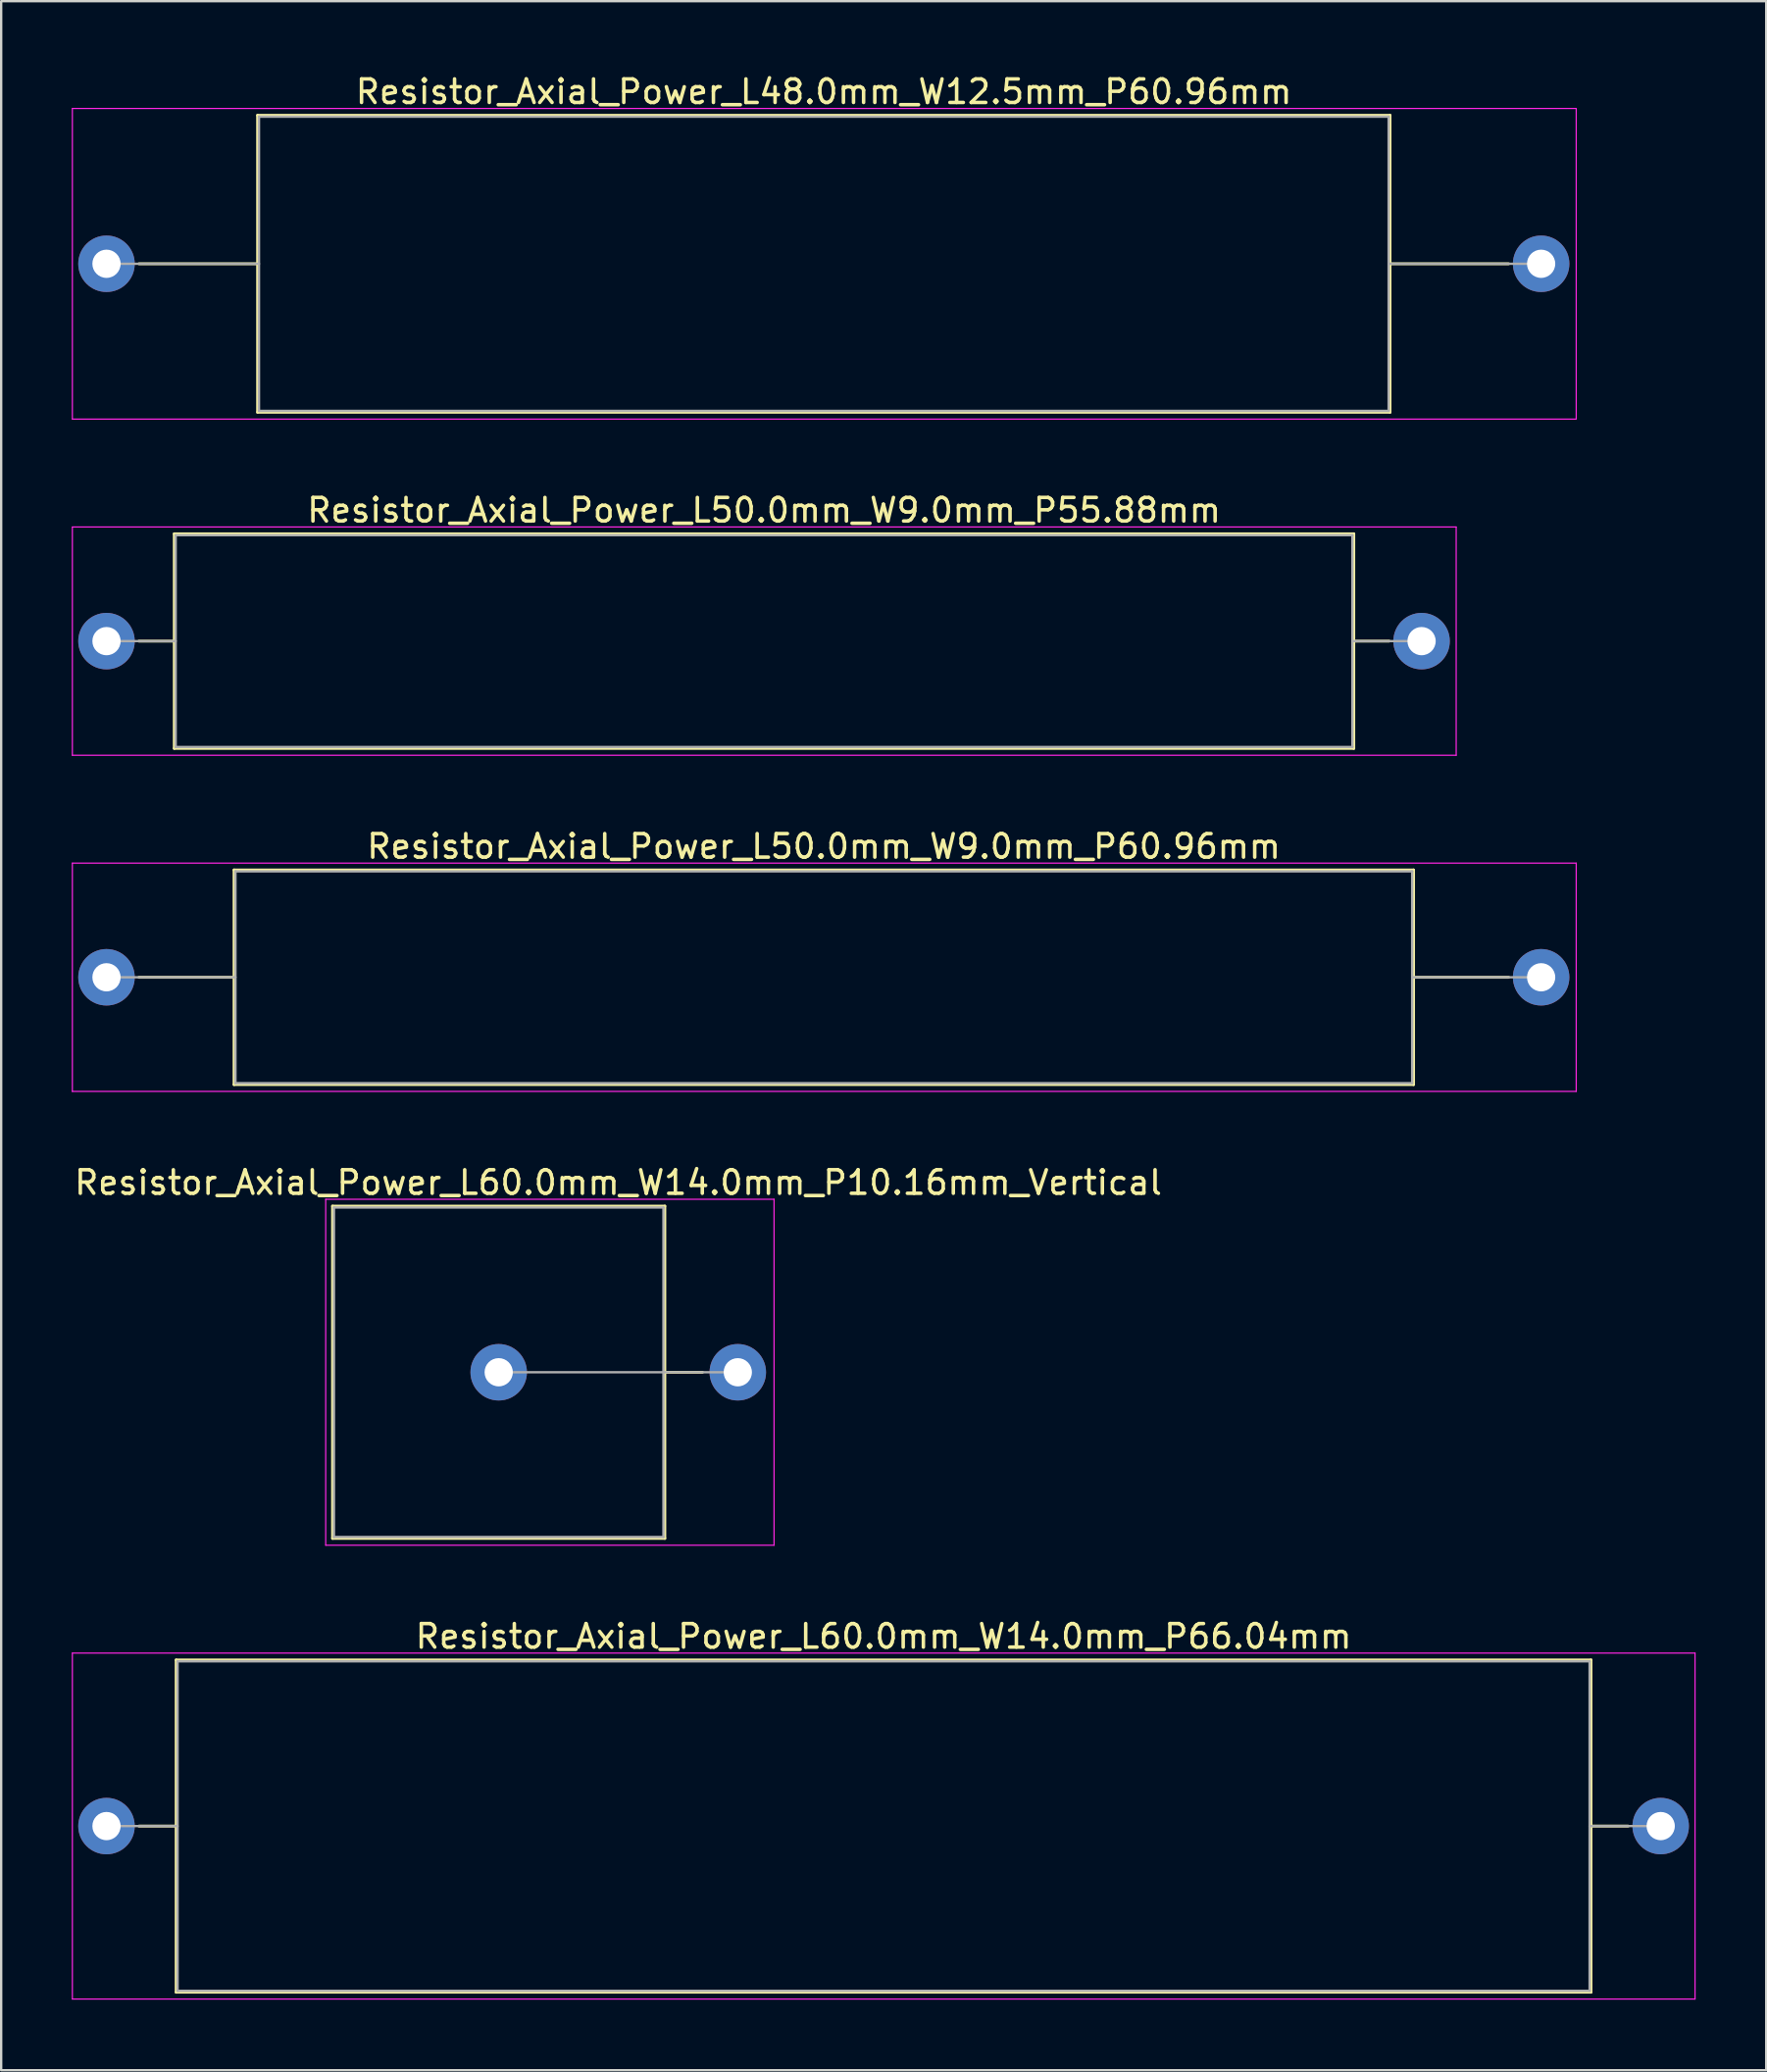
<source format=kicad_pcb>
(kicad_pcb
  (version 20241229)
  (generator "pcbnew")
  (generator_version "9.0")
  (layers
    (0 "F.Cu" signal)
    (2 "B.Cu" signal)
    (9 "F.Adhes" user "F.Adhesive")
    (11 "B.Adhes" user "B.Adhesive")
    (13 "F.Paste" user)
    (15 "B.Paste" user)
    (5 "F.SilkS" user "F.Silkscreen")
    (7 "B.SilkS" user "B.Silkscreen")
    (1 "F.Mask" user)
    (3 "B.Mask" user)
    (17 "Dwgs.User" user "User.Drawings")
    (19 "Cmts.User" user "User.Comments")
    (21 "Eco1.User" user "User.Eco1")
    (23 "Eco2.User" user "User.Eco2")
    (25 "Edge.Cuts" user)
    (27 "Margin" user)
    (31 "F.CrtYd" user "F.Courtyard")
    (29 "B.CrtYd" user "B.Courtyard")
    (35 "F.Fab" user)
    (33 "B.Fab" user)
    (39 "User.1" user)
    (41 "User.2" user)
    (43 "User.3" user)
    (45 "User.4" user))
  (footprint "Resistor_Axial_Power_L50.0mm_W9.0mm_P55.88mm"
    (layer "F.Cu")
    (at 1.475 24.192)
    (property "Reference" "Resistor_Axial_Power_L50.0mm_W9.0mm_P55.88mm" (at 27.94 -5.56 0) (layer "F.SilkS") (effects (font (size 1 1) (thickness 0.15))))
    (attr through_hole)
    (fp_line (start 1.38 0) (end 2.88 0) (stroke (width 0.12) (type solid)) (layer "F.SilkS"))
    (fp_line (start 2.88 -4.56) (end 2.88 4.56) (stroke (width 0.12) (type solid)) (layer "F.SilkS"))
    (fp_line (start 2.88 4.56) (end 53 4.56) (stroke (width 0.12) (type solid)) (layer "F.SilkS"))
    (fp_line (start 53 -4.56) (end 2.88 -4.56) (stroke (width 0.12) (type solid)) (layer "F.SilkS"))
    (fp_line (start 53 4.56) (end 53 -4.56) (stroke (width 0.12) (type solid)) (layer "F.SilkS"))
    (fp_line (start 54.5 0) (end 53 0) (stroke (width 0.12) (type solid)) (layer "F.SilkS"))
    (fp_line (start -1.45 -4.85) (end -1.45 4.85) (stroke (width 0.05) (type solid)) (layer "F.CrtYd"))
    (fp_line (start -1.45 4.85) (end 57.35 4.85) (stroke (width 0.05) (type solid)) (layer "F.CrtYd"))
    (fp_line (start 57.35 -4.85) (end -1.45 -4.85) (stroke (width 0.05) (type solid)) (layer "F.CrtYd"))
    (fp_line (start 57.35 4.85) (end 57.35 -4.85) (stroke (width 0.05) (type solid)) (layer "F.CrtYd"))
    (fp_line (start 0 0) (end 2.94 0) (stroke (width 0.1) (type solid)) (layer "F.Fab"))
    (fp_line (start 2.94 -4.5) (end 2.94 4.5) (stroke (width 0.1) (type solid)) (layer "F.Fab"))
    (fp_line (start 2.94 4.5) (end 52.94 4.5) (stroke (width 0.1) (type solid)) (layer "F.Fab"))
    (fp_line (start 52.94 -4.5) (end 2.94 -4.5) (stroke (width 0.1) (type solid)) (layer "F.Fab"))
    (fp_line (start 52.94 4.5) (end 52.94 -4.5) (stroke (width 0.1) (type solid)) (layer "F.Fab"))
    (fp_line (start 55.88 0) (end 52.94 0) (stroke (width 0.1) (type solid)) (layer "F.Fab"))
    (pad "1" thru_hole circle (at 0 0) (size 2.4 2.4) (drill 1.2) (layers "*.Cu" "*.Mask"))
    (pad "2" thru_hole oval (at 55.88 0) (size 2.4 2.4) (drill 1.2) (layers "*.Cu" "*.Mask")))
  (footprint "Resistor_Axial_Power_L48.0mm_W12.5mm_P60.96mm"
    (layer "F.Cu")
    (at 1.475 8.158)
    (property "Reference" "Resistor_Axial_Power_L48.0mm_W12.5mm_P60.96mm" (at 30.48 -7.31 0) (layer "F.SilkS") (effects (font (size 1 1) (thickness 0.15))))
    (attr through_hole)
    (fp_line (start 1.38 0) (end 6.42 0) (stroke (width 0.12) (type solid)) (layer "F.SilkS"))
    (fp_line (start 6.42 -6.31) (end 6.42 6.31) (stroke (width 0.12) (type solid)) (layer "F.SilkS"))
    (fp_line (start 6.42 6.31) (end 54.54 6.31) (stroke (width 0.12) (type solid)) (layer "F.SilkS"))
    (fp_line (start 54.54 -6.31) (end 6.42 -6.31) (stroke (width 0.12) (type solid)) (layer "F.SilkS"))
    (fp_line (start 54.54 6.31) (end 54.54 -6.31) (stroke (width 0.12) (type solid)) (layer "F.SilkS"))
    (fp_line (start 59.58 0) (end 54.54 0) (stroke (width 0.12) (type solid)) (layer "F.SilkS"))
    (fp_line (start -1.45 -6.6) (end -1.45 6.6) (stroke (width 0.05) (type solid)) (layer "F.CrtYd"))
    (fp_line (start -1.45 6.6) (end 62.45 6.6) (stroke (width 0.05) (type solid)) (layer "F.CrtYd"))
    (fp_line (start 62.45 -6.6) (end -1.45 -6.6) (stroke (width 0.05) (type solid)) (layer "F.CrtYd"))
    (fp_line (start 62.45 6.6) (end 62.45 -6.6) (stroke (width 0.05) (type solid)) (layer "F.CrtYd"))
    (fp_line (start 0 0) (end 6.48 0) (stroke (width 0.1) (type solid)) (layer "F.Fab"))
    (fp_line (start 6.48 -6.25) (end 6.48 6.25) (stroke (width 0.1) (type solid)) (layer "F.Fab"))
    (fp_line (start 6.48 6.25) (end 54.48 6.25) (stroke (width 0.1) (type solid)) (layer "F.Fab"))
    (fp_line (start 54.48 -6.25) (end 6.48 -6.25) (stroke (width 0.1) (type solid)) (layer "F.Fab"))
    (fp_line (start 54.48 6.25) (end 54.48 -6.25) (stroke (width 0.1) (type solid)) (layer "F.Fab"))
    (fp_line (start 60.96 0) (end 54.48 0) (stroke (width 0.1) (type solid)) (layer "F.Fab"))
    (pad "1" thru_hole circle (at 0 0) (size 2.4 2.4) (drill 1.2) (layers "*.Cu" "*.Mask"))
    (pad "2" thru_hole oval (at 60.96 0) (size 2.4 2.4) (drill 1.2) (layers "*.Cu" "*.Mask")))
  (footprint "Resistor_Axial_Power_L60.0mm_W14.0mm_P10.16mm_Vertical"
    (layer "F.Cu")
    (at 18.14 55.258)
    (property "Reference" "Resistor_Axial_Power_L60.0mm_W14.0mm_P10.16mm_Vertical" (at 5.08 -8.06 0) (layer "F.SilkS") (effects (font (size 1 1) (thickness 0.15))))
    (attr through_hole)
    (fp_line (start -7.06 -7.06) (end -7.06 7.06) (stroke (width 0.12) (type solid)) (layer "F.SilkS"))
    (fp_line (start -7.06 7.06) (end 7.06 7.06) (stroke (width 0.12) (type solid)) (layer "F.SilkS"))
    (fp_line (start 7.06 -7.06) (end -7.06 -7.06) (stroke (width 0.12) (type solid)) (layer "F.SilkS"))
    (fp_line (start 7.06 0) (end 8.66 0) (stroke (width 0.12) (type solid)) (layer "F.SilkS"))
    (fp_line (start 7.06 7.06) (end 7.06 -7.06) (stroke (width 0.12) (type solid)) (layer "F.SilkS"))
    (fp_line (start -7.35 -7.35) (end -7.35 7.35) (stroke (width 0.05) (type solid)) (layer "F.CrtYd"))
    (fp_line (start -7.35 7.35) (end 11.7 7.35) (stroke (width 0.05) (type solid)) (layer "F.CrtYd"))
    (fp_line (start 11.7 -7.35) (end -7.35 -7.35) (stroke (width 0.05) (type solid)) (layer "F.CrtYd"))
    (fp_line (start 11.7 7.35) (end 11.7 -7.35) (stroke (width 0.05) (type solid)) (layer "F.CrtYd"))
    (fp_line (start -7 -7) (end -7 7) (stroke (width 0.1) (type solid)) (layer "F.Fab"))
    (fp_line (start -7 7) (end 7 7) (stroke (width 0.1) (type solid)) (layer "F.Fab"))
    (fp_line (start 0 0) (end 10.16 0) (stroke (width 0.1) (type solid)) (layer "F.Fab"))
    (fp_line (start 7 -7) (end -7 -7) (stroke (width 0.1) (type solid)) (layer "F.Fab"))
    (fp_line (start 7 7) (end 7 -7) (stroke (width 0.1) (type solid)) (layer "F.Fab"))
    (pad "1" thru_hole circle (at 0 0) (size 2.4 2.4) (drill 1.2) (layers "*.Cu" "*.Mask"))
    (pad "2" thru_hole oval (at 10.16 0) (size 2.4 2.4) (drill 1.2) (layers "*.Cu" "*.Mask")))
  (footprint "Resistor_Axial_Power_L60.0mm_W14.0mm_P66.04mm"
    (layer "F.Cu")
    (at 1.475 74.541)
    (property "Reference" "Resistor_Axial_Power_L60.0mm_W14.0mm_P66.04mm" (at 33.02 -8.06 0) (layer "F.SilkS") (effects (font (size 1 1) (thickness 0.15))))
    (attr through_hole)
    (fp_line (start 1.38 0) (end 2.96 0) (stroke (width 0.12) (type solid)) (layer "F.SilkS"))
    (fp_line (start 2.96 -7.06) (end 2.96 7.06) (stroke (width 0.12) (type solid)) (layer "F.SilkS"))
    (fp_line (start 2.96 7.06) (end 63.08 7.06) (stroke (width 0.12) (type solid)) (layer "F.SilkS"))
    (fp_line (start 63.08 -7.06) (end 2.96 -7.06) (stroke (width 0.12) (type solid)) (layer "F.SilkS"))
    (fp_line (start 63.08 7.06) (end 63.08 -7.06) (stroke (width 0.12) (type solid)) (layer "F.SilkS"))
    (fp_line (start 64.66 0) (end 63.08 0) (stroke (width 0.12) (type solid)) (layer "F.SilkS"))
    (fp_line (start -1.45 -7.35) (end -1.45 7.35) (stroke (width 0.05) (type solid)) (layer "F.CrtYd"))
    (fp_line (start -1.45 7.35) (end 67.5 7.35) (stroke (width 0.05) (type solid)) (layer "F.CrtYd"))
    (fp_line (start 67.5 -7.35) (end -1.45 -7.35) (stroke (width 0.05) (type solid)) (layer "F.CrtYd"))
    (fp_line (start 67.5 7.35) (end 67.5 -7.35) (stroke (width 0.05) (type solid)) (layer "F.CrtYd"))
    (fp_line (start 0 0) (end 3.02 0) (stroke (width 0.1) (type solid)) (layer "F.Fab"))
    (fp_line (start 3.02 -7) (end 3.02 7) (stroke (width 0.1) (type solid)) (layer "F.Fab"))
    (fp_line (start 3.02 7) (end 63.02 7) (stroke (width 0.1) (type solid)) (layer "F.Fab"))
    (fp_line (start 63.02 -7) (end 3.02 -7) (stroke (width 0.1) (type solid)) (layer "F.Fab"))
    (fp_line (start 63.02 7) (end 63.02 -7) (stroke (width 0.1) (type solid)) (layer "F.Fab"))
    (fp_line (start 66.04 0) (end 63.02 0) (stroke (width 0.1) (type solid)) (layer "F.Fab"))
    (pad "1" thru_hole circle (at 0 0) (size 2.4 2.4) (drill 1.2) (layers "*.Cu" "*.Mask"))
    (pad "2" thru_hole oval (at 66.04 0) (size 2.4 2.4) (drill 1.2) (layers "*.Cu" "*.Mask")))
  (footprint "Resistor_Axial_Power_L50.0mm_W9.0mm_P60.96mm"
    (layer "F.Cu")
    (at 1.475 38.475)
    (property "Reference" "Resistor_Axial_Power_L50.0mm_W9.0mm_P60.96mm" (at 30.48 -5.56 0) (layer "F.SilkS") (effects (font (size 1 1) (thickness 0.15))))
    (attr through_hole)
    (fp_line (start 1.38 0) (end 5.42 0) (stroke (width 0.12) (type solid)) (layer "F.SilkS"))
    (fp_line (start 5.42 -4.56) (end 5.42 4.56) (stroke (width 0.12) (type solid)) (layer "F.SilkS"))
    (fp_line (start 5.42 4.56) (end 55.54 4.56) (stroke (width 0.12) (type solid)) (layer "F.SilkS"))
    (fp_line (start 55.54 -4.56) (end 5.42 -4.56) (stroke (width 0.12) (type solid)) (layer "F.SilkS"))
    (fp_line (start 55.54 4.56) (end 55.54 -4.56) (stroke (width 0.12) (type solid)) (layer "F.SilkS"))
    (fp_line (start 59.58 0) (end 55.54 0) (stroke (width 0.12) (type solid)) (layer "F.SilkS"))
    (fp_line (start -1.45 -4.85) (end -1.45 4.85) (stroke (width 0.05) (type solid)) (layer "F.CrtYd"))
    (fp_line (start -1.45 4.85) (end 62.45 4.85) (stroke (width 0.05) (type solid)) (layer "F.CrtYd"))
    (fp_line (start 62.45 -4.85) (end -1.45 -4.85) (stroke (width 0.05) (type solid)) (layer "F.CrtYd"))
    (fp_line (start 62.45 4.85) (end 62.45 -4.85) (stroke (width 0.05) (type solid)) (layer "F.CrtYd"))
    (fp_line (start 0 0) (end 5.48 0) (stroke (width 0.1) (type solid)) (layer "F.Fab"))
    (fp_line (start 5.48 -4.5) (end 5.48 4.5) (stroke (width 0.1) (type solid)) (layer "F.Fab"))
    (fp_line (start 5.48 4.5) (end 55.48 4.5) (stroke (width 0.1) (type solid)) (layer "F.Fab"))
    (fp_line (start 55.48 -4.5) (end 5.48 -4.5) (stroke (width 0.1) (type solid)) (layer "F.Fab"))
    (fp_line (start 55.48 4.5) (end 55.48 -4.5) (stroke (width 0.1) (type solid)) (layer "F.Fab"))
    (fp_line (start 60.96 0) (end 55.48 0) (stroke (width 0.1) (type solid)) (layer "F.Fab"))
    (pad "1" thru_hole circle (at 0 0) (size 2.4 2.4) (drill 1.2) (layers "*.Cu" "*.Mask"))
    (pad "2" thru_hole oval (at 60.96 0) (size 2.4 2.4) (drill 1.2) (layers "*.Cu" "*.Mask")))
  (gr_rect
    (start -3 -3)
    (end 72 84.916)
    (stroke (width 0.1) (type default))
    (fill no)
    (layer "Edge.Cuts")))
</source>
